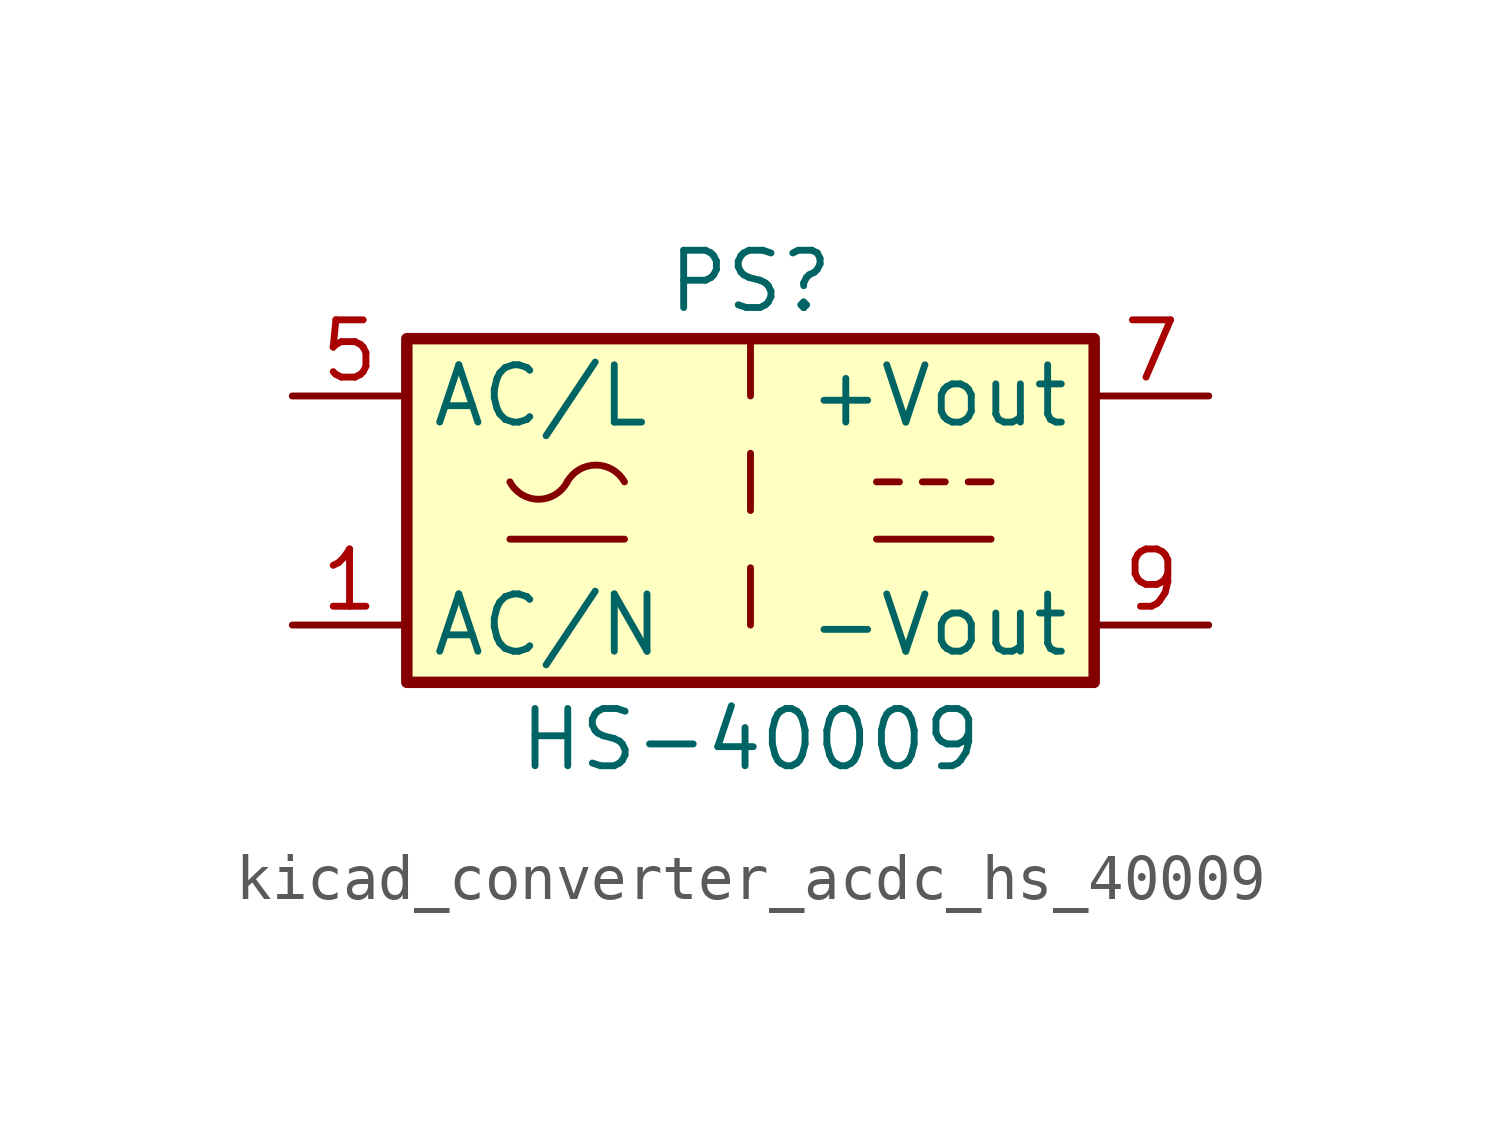
<source format=kicad_sym>
(kicad_symbol_lib
  (version 20220914)
  (generator kicad_symbol_editor)
  (symbol "kicad_converter_acdc_hs_40009"
    (property "Reference" "PS"
      (at 0 5.08 0)
      (effects (font (size 1.27 1.27))))
    (property "Value" "HS-40009"
      (at 0 -5.08 0)
      (effects (font (size 1.27 1.27))))
    (symbol "kicad_converter_acdc_hs_40009_0_1"
      (rectangle (start -7.62 3.81) (end 7.62 -3.81) (stroke (width 0.254) (type default)) (fill (type background)))
      (arc (start -5.334 0.635) (mid -4.699 0.2495) (end -4.064 0.635) (stroke (width 0) (type default)) (fill (type none)))
      (arc (start -2.794 0.635) (mid -3.429 1.0072) (end -4.064 0.635) (stroke (width 0) (type default)) (fill (type none)))
      (polyline (pts (xy -5.334 -0.635) (xy -2.794 -0.635)) (stroke (width 0) (type default)) (fill (type none)))
      (polyline (pts (xy 2.794 -0.635) (xy 5.334 -0.635)) (stroke (width 0) (type default)) (fill (type none)))
      (polyline (pts (xy 2.794 0.635) (xy 3.302 0.635)) (stroke (width 0) (type default)) (fill (type none)))
      (polyline (pts (xy 3.81 0.635) (xy 4.318 0.635)) (stroke (width 0) (type default)) (fill (type none)))
      (polyline (pts (xy 4.826 0.635) (xy 5.334 0.635)) (stroke (width 0) (type default)) (fill (type none))))
    (symbol "kicad_converter_acdc_hs_40009_1_1"
      (polyline (pts (xy 0 -1.27) (xy 0 -2.54)) (stroke (width 0) (type default)) (fill (type none)))
      (polyline (pts (xy 0 1.27) (xy 0 0)) (stroke (width 0) (type default)) (fill (type none)))
      (polyline (pts (xy 0 3.81) (xy 0 2.54)) (stroke (width 0) (type default)) (fill (type none)))
      (pin power_in line (at -10.16 -2.54 0) (length 2.54) (name "AC/N" (effects (font (size 1.27 1.27)))) (number "1" (effects (font (size 1.27 1.27)))))
      (pin power_in line (at -10.16 2.54 0) (length 2.54) (name "AC/L" (effects (font (size 1.27 1.27)))) (number "5" (effects (font (size 1.27 1.27)))))
      (pin power_out line (at 10.16 2.54 180) (length 2.54) (name "+Vout" (effects (font (size 1.27 1.27)))) (number "7" (effects (font (size 1.27 1.27)))))
      (pin power_out line (at 10.16 -2.54 180) (length 2.54) (name "-Vout" (effects (font (size 1.27 1.27)))) (number "9" (effects (font (size 1.27 1.27))))))))
</source>
